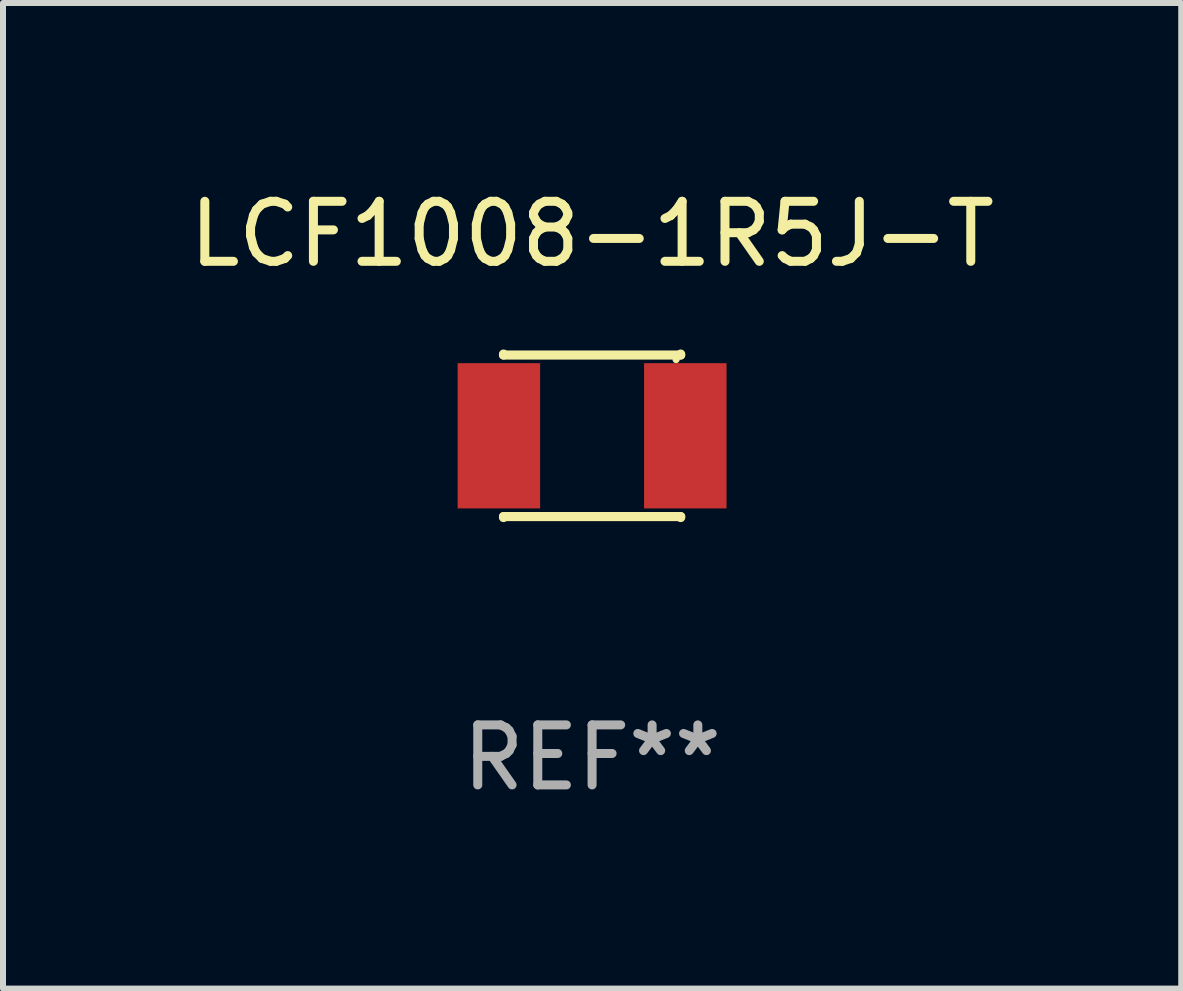
<source format=kicad_pcb>
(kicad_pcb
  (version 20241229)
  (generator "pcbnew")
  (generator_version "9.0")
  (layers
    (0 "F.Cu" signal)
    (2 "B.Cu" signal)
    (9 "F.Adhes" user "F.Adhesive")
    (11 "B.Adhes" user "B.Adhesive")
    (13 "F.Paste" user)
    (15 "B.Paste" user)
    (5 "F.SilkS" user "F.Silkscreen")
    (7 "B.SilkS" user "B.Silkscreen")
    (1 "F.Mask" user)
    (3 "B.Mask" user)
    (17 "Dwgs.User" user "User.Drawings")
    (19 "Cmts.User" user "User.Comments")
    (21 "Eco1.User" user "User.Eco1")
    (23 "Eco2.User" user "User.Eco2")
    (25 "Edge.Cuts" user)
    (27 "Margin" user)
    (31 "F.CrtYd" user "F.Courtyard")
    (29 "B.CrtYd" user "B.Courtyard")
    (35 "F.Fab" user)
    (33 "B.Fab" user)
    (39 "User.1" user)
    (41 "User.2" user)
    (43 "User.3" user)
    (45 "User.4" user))
  (footprint "LCF1008-1R5J-T"
    (layer "F.Cu")
    (at 6.815 4.211)
    (property "Reference" "LCF1008-1R5J-T" (at 0 -3.362 0) (layer "F.SilkS") (effects (font (size 1 1) (thickness 0.15))))
    (attr through_hole)
    (fp_line (start -1.476 -1.362) (end -1.476 -1.346) (stroke (width 0.152) (type solid)) (layer "F.SilkS"))
    (fp_line (start -1.476 -1.346) (end 1.476 -1.346) (stroke (width 0.152) (type solid)) (layer "F.SilkS"))
    (fp_line (start -1.476 1.346) (end 1.476 1.346) (stroke (width 0.152) (type solid)) (layer "F.SilkS"))
    (fp_line (start -1.476 1.362) (end -1.476 1.346) (stroke (width 0.152) (type solid)) (layer "F.SilkS"))
    (fp_line (start 1.476 -1.346) (end 1.476 -1.362) (stroke (width 0.152) (type solid)) (layer "F.SilkS"))
    (fp_line (start 1.476 1.346) (end 1.476 1.362) (stroke (width 0.152) (type solid)) (layer "F.SilkS"))
    (fp_circle (center 1.4 -1.27) (end 1.43 -1.27) (stroke (width 0.06) (type solid)) (fill no) (layer "F.SilkS"))
    (fp_text user "REF**" (at 0 5.362 0) (layer "F.Fab") (effects (font (size 1 1) (thickness 0.15))))
    (pad "1" smd rect (at 1.553 0) (size 1.374 2.42) (layers "F.Cu" "F.Mask" "F.Paste"))
    (pad "2" smd rect (at -1.553 0) (size 1.374 2.42) (layers "F.Cu" "F.Mask" "F.Paste")))
  (gr_rect
    (start -3 -3)
    (end 16.631 13.421)
    (stroke (width 0.1) (type default))
    (fill no)
    (layer "Edge.Cuts")))
</source>
